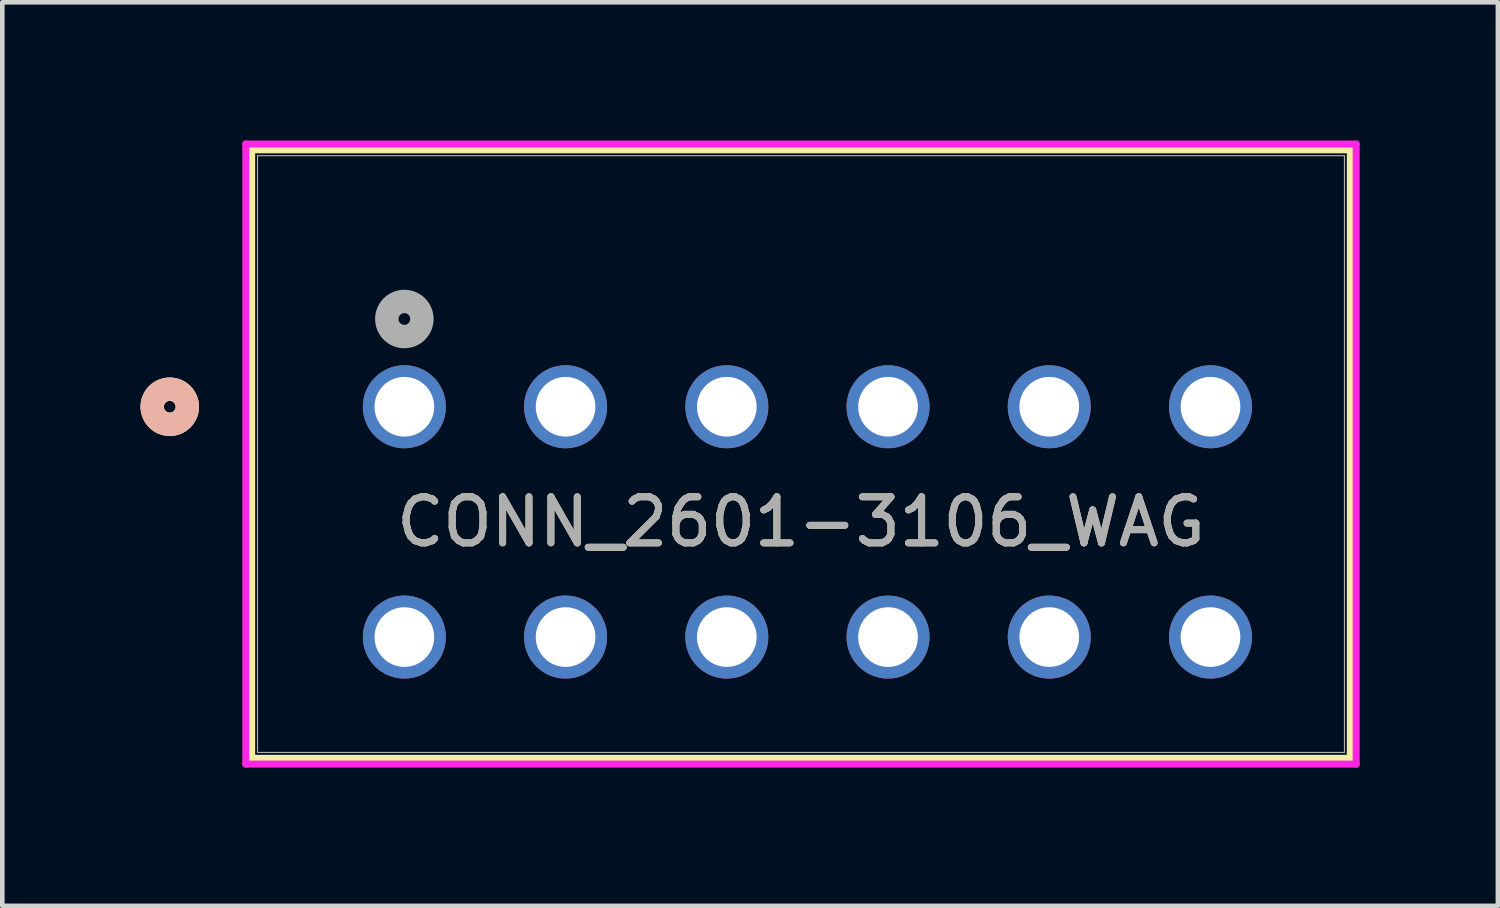
<source format=kicad_pcb>
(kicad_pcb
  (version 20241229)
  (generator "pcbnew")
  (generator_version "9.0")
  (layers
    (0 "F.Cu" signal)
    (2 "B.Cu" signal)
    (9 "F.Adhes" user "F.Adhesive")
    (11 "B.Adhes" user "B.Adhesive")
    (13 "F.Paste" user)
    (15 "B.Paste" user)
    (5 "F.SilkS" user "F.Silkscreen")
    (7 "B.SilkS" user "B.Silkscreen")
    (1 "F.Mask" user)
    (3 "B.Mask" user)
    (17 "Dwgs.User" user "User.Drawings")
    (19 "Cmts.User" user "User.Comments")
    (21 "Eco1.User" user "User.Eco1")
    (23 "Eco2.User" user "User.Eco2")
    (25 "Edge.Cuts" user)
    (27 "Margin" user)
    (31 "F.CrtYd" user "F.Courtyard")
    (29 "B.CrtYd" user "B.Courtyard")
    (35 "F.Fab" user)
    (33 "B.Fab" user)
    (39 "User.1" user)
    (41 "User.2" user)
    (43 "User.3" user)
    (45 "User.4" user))
  (footprint "CONN_2601-3106_WAG"
    (layer "F.Cu")
    (at 5.728 5.78)
    (property "Reference" "CONN_2601-3106_WAG" (at 8.61 2.5 0) (unlocked yes) (layer "F.SilkS") (effects (font (size 1 1) (thickness 0.15))))
    (attr through_hole)
    (fp_line (start -3.315 -5.577) (end -3.315 7.631) (stroke (width 0.152) (type solid)) (layer "F.SilkS"))
    (fp_line (start -3.315 7.631) (end 20.535 7.631) (stroke (width 0.152) (type solid)) (layer "F.SilkS"))
    (fp_line (start 20.535 -5.577) (end -3.315 -5.577) (stroke (width 0.152) (type solid)) (layer "F.SilkS"))
    (fp_line (start 20.535 7.631) (end 20.535 -5.577) (stroke (width 0.152) (type solid)) (layer "F.SilkS"))
    (fp_circle (center -5.093 0) (end -4.712 0) (stroke (width 0.508) (type solid)) (fill no) (layer "F.SilkS"))
    (fp_circle (center -5.093 0) (end -4.712 0) (stroke (width 0.508) (type solid)) (fill no) (layer "B.SilkS"))
    (fp_line (start -3.442 -5.704) (end -3.442 7.758) (stroke (width 0.152) (type solid)) (layer "F.CrtYd"))
    (fp_line (start -3.442 7.758) (end 20.662 7.758) (stroke (width 0.152) (type solid)) (layer "F.CrtYd"))
    (fp_line (start 20.662 -5.704) (end -3.442 -5.704) (stroke (width 0.152) (type solid)) (layer "F.CrtYd"))
    (fp_line (start 20.662 7.758) (end 20.662 -5.704) (stroke (width 0.152) (type solid)) (layer "F.CrtYd"))
    (fp_line (start -3.188 -5.45) (end -3.188 7.504) (stroke (width 0.025) (type solid)) (layer "F.Fab"))
    (fp_line (start -3.188 7.504) (end 20.408 7.504) (stroke (width 0.025) (type solid)) (layer "F.Fab"))
    (fp_line (start 20.408 -5.45) (end -3.188 -5.45) (stroke (width 0.025) (type solid)) (layer "F.Fab"))
    (fp_line (start 20.408 7.504) (end 20.408 -5.45) (stroke (width 0.025) (type solid)) (layer "F.Fab"))
    (fp_circle (center 0 -1.905) (end 0.381 -1.905) (stroke (width 0.508) (type solid)) (fill no) (layer "F.Fab"))
    (fp_text user "${REFERENCE}" (at 8.61 2.5 0) (unlocked yes) (layer "F.Fab") (effects (font (size 1 1) (thickness 0.15))))
    (pad "1" thru_hole circle (at 0 0) (size 1.803 1.803) (drill 1.295) (layers "*.Cu" "*.Mask"))
    (pad "2" thru_hole circle (at 0 5) (size 1.803 1.803) (drill 1.295) (layers "*.Cu" "*.Mask"))
    (pad "3" thru_hole circle (at 3.5 0) (size 1.803 1.803) (drill 1.295) (layers "*.Cu" "*.Mask"))
    (pad "4" thru_hole circle (at 3.5 5) (size 1.803 1.803) (drill 1.295) (layers "*.Cu" "*.Mask"))
    (pad "5" thru_hole circle (at 7 0) (size 1.803 1.803) (drill 1.295) (layers "*.Cu" "*.Mask"))
    (pad "6" thru_hole circle (at 7 5) (size 1.803 1.803) (drill 1.295) (layers "*.Cu" "*.Mask"))
    (pad "7" thru_hole circle (at 10.5 0) (size 1.803 1.803) (drill 1.295) (layers "*.Cu" "*.Mask"))
    (pad "8" thru_hole circle (at 10.5 5) (size 1.803 1.803) (drill 1.295) (layers "*.Cu" "*.Mask"))
    (pad "9" thru_hole circle (at 14 0) (size 1.803 1.803) (drill 1.295) (layers "*.Cu" "*.Mask"))
    (pad "10" thru_hole circle (at 14 5) (size 1.803 1.803) (drill 1.295) (layers "*.Cu" "*.Mask"))
    (pad "11" thru_hole circle (at 17.5 0) (size 1.803 1.803) (drill 1.295) (layers "*.Cu" "*.Mask"))
    (pad "12" thru_hole circle (at 17.5 5) (size 1.803 1.803) (drill 1.295) (layers "*.Cu" "*.Mask")))
  (gr_rect
    (start -3 -3)
    (end 29.467 16.614)
    (stroke (width 0.1) (type default))
    (fill no)
    (layer "Edge.Cuts")))
</source>
